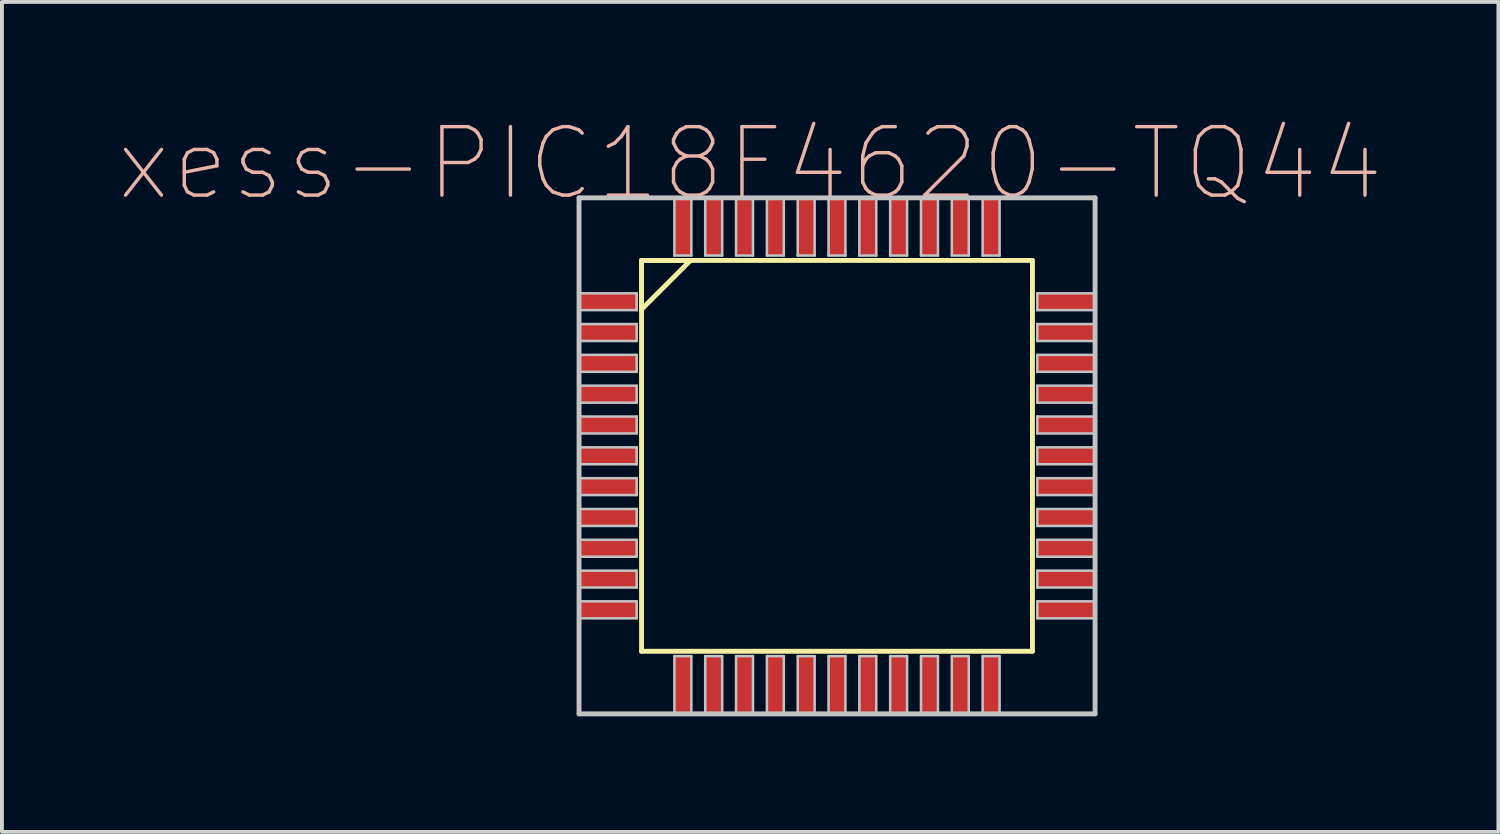
<source format=kicad_pcb>
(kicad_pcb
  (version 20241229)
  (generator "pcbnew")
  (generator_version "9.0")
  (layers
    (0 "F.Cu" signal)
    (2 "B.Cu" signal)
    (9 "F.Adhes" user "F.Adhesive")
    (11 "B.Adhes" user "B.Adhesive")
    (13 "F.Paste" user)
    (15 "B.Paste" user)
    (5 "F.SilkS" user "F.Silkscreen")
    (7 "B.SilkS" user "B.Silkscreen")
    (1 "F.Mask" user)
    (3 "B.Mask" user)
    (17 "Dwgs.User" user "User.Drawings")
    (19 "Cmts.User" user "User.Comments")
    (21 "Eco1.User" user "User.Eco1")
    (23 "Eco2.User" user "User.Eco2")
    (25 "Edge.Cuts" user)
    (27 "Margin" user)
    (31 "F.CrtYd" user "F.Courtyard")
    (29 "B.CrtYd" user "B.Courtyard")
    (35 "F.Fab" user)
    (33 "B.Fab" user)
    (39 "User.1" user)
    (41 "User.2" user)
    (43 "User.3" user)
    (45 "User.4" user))
  (footprint "xess-PIC18F4620-TQ44"
    (layer "F.Cu")
    (at 12.979 4.783)
    (property "Reference" "xess-PIC18F4620-TQ44" (at 3.444 -3.586 0) (layer "B.SilkS") (effects (font (size 1.778 1.778) (thickness 0.089))))
    (attr smd)
    (fp_line (start 0.625 -1.072) (end 0.625 0.196) (stroke (width 0.127) (type solid)) (layer "F.SilkS"))
    (fp_line (start 0.625 -1.072) (end 0.625 9.073) (stroke (width 0.127) (type solid)) (layer "F.SilkS"))
    (fp_line (start 0.625 0.196) (end 1.895 -1.072) (stroke (width 0.127) (type solid)) (layer "F.SilkS"))
    (fp_line (start 0.625 9.073) (end 10.772 9.073) (stroke (width 0.127) (type solid)) (layer "F.SilkS"))
    (fp_line (start 1.895 -1.072) (end 0.625 -1.072) (stroke (width 0.127) (type solid)) (layer "F.SilkS"))
    (fp_line (start 10.772 -1.072) (end 0.625 -1.072) (stroke (width 0.127) (type solid)) (layer "F.SilkS"))
    (fp_line (start 10.772 9.073) (end 10.772 -1.072) (stroke (width 0.127) (type solid)) (layer "F.SilkS"))
    (fp_line (start -0.998 -2.697) (end -0.998 10.698) (stroke (width 0.127) (type solid)) (layer "Dwgs.User"))
    (fp_line (start -0.998 -0.218) (end 0.498 -0.218) (stroke (width 0.066) (type solid)) (layer "Dwgs.User"))
    (fp_line (start -0.998 0.218) (end -0.998 -0.218) (stroke (width 0.066) (type solid)) (layer "Dwgs.User"))
    (fp_line (start -0.998 0.218) (end 0.498 0.218) (stroke (width 0.066) (type solid)) (layer "Dwgs.User"))
    (fp_line (start -0.998 0.579) (end 0.498 0.579) (stroke (width 0.066) (type solid)) (layer "Dwgs.User"))
    (fp_line (start -0.998 1.019) (end -0.998 0.579) (stroke (width 0.066) (type solid)) (layer "Dwgs.User"))
    (fp_line (start -0.998 1.019) (end 0.498 1.019) (stroke (width 0.066) (type solid)) (layer "Dwgs.User"))
    (fp_line (start -0.998 1.379) (end 0.498 1.379) (stroke (width 0.066) (type solid)) (layer "Dwgs.User"))
    (fp_line (start -0.998 1.819) (end -0.998 1.379) (stroke (width 0.066) (type solid)) (layer "Dwgs.User"))
    (fp_line (start -0.998 1.819) (end 0.498 1.819) (stroke (width 0.066) (type solid)) (layer "Dwgs.User"))
    (fp_line (start -0.998 2.179) (end 0.498 2.179) (stroke (width 0.066) (type solid)) (layer "Dwgs.User"))
    (fp_line (start -0.998 2.619) (end -0.998 2.179) (stroke (width 0.066) (type solid)) (layer "Dwgs.User"))
    (fp_line (start -0.998 2.619) (end 0.498 2.619) (stroke (width 0.066) (type solid)) (layer "Dwgs.User"))
    (fp_line (start -0.998 2.979) (end 0.498 2.979) (stroke (width 0.066) (type solid)) (layer "Dwgs.User"))
    (fp_line (start -0.998 3.419) (end -0.998 2.979) (stroke (width 0.066) (type solid)) (layer "Dwgs.User"))
    (fp_line (start -0.998 3.419) (end 0.498 3.419) (stroke (width 0.066) (type solid)) (layer "Dwgs.User"))
    (fp_line (start -0.998 3.78) (end 0.498 3.78) (stroke (width 0.066) (type solid)) (layer "Dwgs.User"))
    (fp_line (start -0.998 4.219) (end -0.998 3.78) (stroke (width 0.066) (type solid)) (layer "Dwgs.User"))
    (fp_line (start -0.998 4.219) (end 0.498 4.219) (stroke (width 0.066) (type solid)) (layer "Dwgs.User"))
    (fp_line (start -0.998 4.58) (end 0.498 4.58) (stroke (width 0.066) (type solid)) (layer "Dwgs.User"))
    (fp_line (start -0.998 5.019) (end -0.998 4.58) (stroke (width 0.066) (type solid)) (layer "Dwgs.User"))
    (fp_line (start -0.998 5.019) (end 0.498 5.019) (stroke (width 0.066) (type solid)) (layer "Dwgs.User"))
    (fp_line (start -0.998 5.38) (end 0.498 5.38) (stroke (width 0.066) (type solid)) (layer "Dwgs.User"))
    (fp_line (start -0.998 5.819) (end -0.998 5.38) (stroke (width 0.066) (type solid)) (layer "Dwgs.User"))
    (fp_line (start -0.998 5.819) (end 0.498 5.819) (stroke (width 0.066) (type solid)) (layer "Dwgs.User"))
    (fp_line (start -0.998 6.18) (end 0.498 6.18) (stroke (width 0.066) (type solid)) (layer "Dwgs.User"))
    (fp_line (start -0.998 6.619) (end -0.998 6.18) (stroke (width 0.066) (type solid)) (layer "Dwgs.User"))
    (fp_line (start -0.998 6.619) (end 0.498 6.619) (stroke (width 0.066) (type solid)) (layer "Dwgs.User"))
    (fp_line (start -0.998 6.98) (end 0.498 6.98) (stroke (width 0.066) (type solid)) (layer "Dwgs.User"))
    (fp_line (start -0.998 7.419) (end -0.998 6.98) (stroke (width 0.066) (type solid)) (layer "Dwgs.User"))
    (fp_line (start -0.998 7.419) (end 0.498 7.419) (stroke (width 0.066) (type solid)) (layer "Dwgs.User"))
    (fp_line (start -0.998 7.777) (end 0.498 7.777) (stroke (width 0.066) (type solid)) (layer "Dwgs.User"))
    (fp_line (start -0.998 8.219) (end -0.998 7.777) (stroke (width 0.066) (type solid)) (layer "Dwgs.User"))
    (fp_line (start -0.998 8.219) (end 0.498 8.219) (stroke (width 0.066) (type solid)) (layer "Dwgs.User"))
    (fp_line (start -0.998 10.698) (end 12.398 10.698) (stroke (width 0.127) (type solid)) (layer "Dwgs.User"))
    (fp_line (start 0.498 0.218) (end 0.498 -0.218) (stroke (width 0.066) (type solid)) (layer "Dwgs.User"))
    (fp_line (start 0.498 1.019) (end 0.498 0.579) (stroke (width 0.066) (type solid)) (layer "Dwgs.User"))
    (fp_line (start 0.498 1.819) (end 0.498 1.379) (stroke (width 0.066) (type solid)) (layer "Dwgs.User"))
    (fp_line (start 0.498 2.619) (end 0.498 2.179) (stroke (width 0.066) (type solid)) (layer "Dwgs.User"))
    (fp_line (start 0.498 3.419) (end 0.498 2.979) (stroke (width 0.066) (type solid)) (layer "Dwgs.User"))
    (fp_line (start 0.498 4.219) (end 0.498 3.78) (stroke (width 0.066) (type solid)) (layer "Dwgs.User"))
    (fp_line (start 0.498 5.019) (end 0.498 4.58) (stroke (width 0.066) (type solid)) (layer "Dwgs.User"))
    (fp_line (start 0.498 5.819) (end 0.498 5.38) (stroke (width 0.066) (type solid)) (layer "Dwgs.User"))
    (fp_line (start 0.498 6.619) (end 0.498 6.18) (stroke (width 0.066) (type solid)) (layer "Dwgs.User"))
    (fp_line (start 0.498 7.419) (end 0.498 6.98) (stroke (width 0.066) (type solid)) (layer "Dwgs.User"))
    (fp_line (start 0.498 8.219) (end 0.498 7.777) (stroke (width 0.066) (type solid)) (layer "Dwgs.User"))
    (fp_line (start 1.478 -2.697) (end 1.918 -2.697) (stroke (width 0.066) (type solid)) (layer "Dwgs.User"))
    (fp_line (start 1.478 -1.199) (end 1.478 -2.697) (stroke (width 0.066) (type solid)) (layer "Dwgs.User"))
    (fp_line (start 1.478 -1.199) (end 1.918 -1.199) (stroke (width 0.066) (type solid)) (layer "Dwgs.User"))
    (fp_line (start 1.478 9.2) (end 1.918 9.2) (stroke (width 0.066) (type solid)) (layer "Dwgs.User"))
    (fp_line (start 1.478 10.698) (end 1.478 9.2) (stroke (width 0.066) (type solid)) (layer "Dwgs.User"))
    (fp_line (start 1.478 10.698) (end 1.918 10.698) (stroke (width 0.066) (type solid)) (layer "Dwgs.User"))
    (fp_line (start 1.918 -1.199) (end 1.918 -2.697) (stroke (width 0.066) (type solid)) (layer "Dwgs.User"))
    (fp_line (start 1.918 10.698) (end 1.918 9.2) (stroke (width 0.066) (type solid)) (layer "Dwgs.User"))
    (fp_line (start 2.278 -2.697) (end 2.718 -2.697) (stroke (width 0.066) (type solid)) (layer "Dwgs.User"))
    (fp_line (start 2.278 -1.199) (end 2.278 -2.697) (stroke (width 0.066) (type solid)) (layer "Dwgs.User"))
    (fp_line (start 2.278 -1.199) (end 2.718 -1.199) (stroke (width 0.066) (type solid)) (layer "Dwgs.User"))
    (fp_line (start 2.278 9.2) (end 2.718 9.2) (stroke (width 0.066) (type solid)) (layer "Dwgs.User"))
    (fp_line (start 2.278 10.698) (end 2.278 9.2) (stroke (width 0.066) (type solid)) (layer "Dwgs.User"))
    (fp_line (start 2.278 10.698) (end 2.718 10.698) (stroke (width 0.066) (type solid)) (layer "Dwgs.User"))
    (fp_line (start 2.718 -1.199) (end 2.718 -2.697) (stroke (width 0.066) (type solid)) (layer "Dwgs.User"))
    (fp_line (start 2.718 10.698) (end 2.718 9.2) (stroke (width 0.066) (type solid)) (layer "Dwgs.User"))
    (fp_line (start 3.078 -2.697) (end 3.518 -2.697) (stroke (width 0.066) (type solid)) (layer "Dwgs.User"))
    (fp_line (start 3.078 -1.199) (end 3.078 -2.697) (stroke (width 0.066) (type solid)) (layer "Dwgs.User"))
    (fp_line (start 3.078 -1.199) (end 3.518 -1.199) (stroke (width 0.066) (type solid)) (layer "Dwgs.User"))
    (fp_line (start 3.078 9.2) (end 3.518 9.2) (stroke (width 0.066) (type solid)) (layer "Dwgs.User"))
    (fp_line (start 3.078 10.698) (end 3.078 9.2) (stroke (width 0.066) (type solid)) (layer "Dwgs.User"))
    (fp_line (start 3.078 10.698) (end 3.518 10.698) (stroke (width 0.066) (type solid)) (layer "Dwgs.User"))
    (fp_line (start 3.518 -1.199) (end 3.518 -2.697) (stroke (width 0.066) (type solid)) (layer "Dwgs.User"))
    (fp_line (start 3.518 10.698) (end 3.518 9.2) (stroke (width 0.066) (type solid)) (layer "Dwgs.User"))
    (fp_line (start 3.879 -2.697) (end 4.318 -2.697) (stroke (width 0.066) (type solid)) (layer "Dwgs.User"))
    (fp_line (start 3.879 -1.199) (end 3.879 -2.697) (stroke (width 0.066) (type solid)) (layer "Dwgs.User"))
    (fp_line (start 3.879 -1.199) (end 4.318 -1.199) (stroke (width 0.066) (type solid)) (layer "Dwgs.User"))
    (fp_line (start 3.879 9.2) (end 4.318 9.2) (stroke (width 0.066) (type solid)) (layer "Dwgs.User"))
    (fp_line (start 3.879 10.698) (end 3.879 9.2) (stroke (width 0.066) (type solid)) (layer "Dwgs.User"))
    (fp_line (start 3.879 10.698) (end 4.318 10.698) (stroke (width 0.066) (type solid)) (layer "Dwgs.User"))
    (fp_line (start 4.318 -1.199) (end 4.318 -2.697) (stroke (width 0.066) (type solid)) (layer "Dwgs.User"))
    (fp_line (start 4.318 10.698) (end 4.318 9.2) (stroke (width 0.066) (type solid)) (layer "Dwgs.User"))
    (fp_line (start 4.679 -2.697) (end 5.118 -2.697) (stroke (width 0.066) (type solid)) (layer "Dwgs.User"))
    (fp_line (start 4.679 -1.199) (end 4.679 -2.697) (stroke (width 0.066) (type solid)) (layer "Dwgs.User"))
    (fp_line (start 4.679 -1.199) (end 5.118 -1.199) (stroke (width 0.066) (type solid)) (layer "Dwgs.User"))
    (fp_line (start 4.679 9.2) (end 5.118 9.2) (stroke (width 0.066) (type solid)) (layer "Dwgs.User"))
    (fp_line (start 4.679 10.698) (end 4.679 9.2) (stroke (width 0.066) (type solid)) (layer "Dwgs.User"))
    (fp_line (start 4.679 10.698) (end 5.118 10.698) (stroke (width 0.066) (type solid)) (layer "Dwgs.User"))
    (fp_line (start 5.118 -1.199) (end 5.118 -2.697) (stroke (width 0.066) (type solid)) (layer "Dwgs.User"))
    (fp_line (start 5.118 10.698) (end 5.118 9.2) (stroke (width 0.066) (type solid)) (layer "Dwgs.User"))
    (fp_line (start 5.479 -2.697) (end 5.918 -2.697) (stroke (width 0.066) (type solid)) (layer "Dwgs.User"))
    (fp_line (start 5.479 -1.199) (end 5.479 -2.697) (stroke (width 0.066) (type solid)) (layer "Dwgs.User"))
    (fp_line (start 5.479 -1.199) (end 5.918 -1.199) (stroke (width 0.066) (type solid)) (layer "Dwgs.User"))
    (fp_line (start 5.479 9.2) (end 5.918 9.2) (stroke (width 0.066) (type solid)) (layer "Dwgs.User"))
    (fp_line (start 5.479 10.698) (end 5.479 9.2) (stroke (width 0.066) (type solid)) (layer "Dwgs.User"))
    (fp_line (start 5.479 10.698) (end 5.918 10.698) (stroke (width 0.066) (type solid)) (layer "Dwgs.User"))
    (fp_line (start 5.918 -1.199) (end 5.918 -2.697) (stroke (width 0.066) (type solid)) (layer "Dwgs.User"))
    (fp_line (start 5.918 10.698) (end 5.918 9.2) (stroke (width 0.066) (type solid)) (layer "Dwgs.User"))
    (fp_line (start 6.279 -2.697) (end 6.718 -2.697) (stroke (width 0.066) (type solid)) (layer "Dwgs.User"))
    (fp_line (start 6.279 -1.199) (end 6.279 -2.697) (stroke (width 0.066) (type solid)) (layer "Dwgs.User"))
    (fp_line (start 6.279 -1.199) (end 6.718 -1.199) (stroke (width 0.066) (type solid)) (layer "Dwgs.User"))
    (fp_line (start 6.279 9.2) (end 6.718 9.2) (stroke (width 0.066) (type solid)) (layer "Dwgs.User"))
    (fp_line (start 6.279 10.698) (end 6.279 9.2) (stroke (width 0.066) (type solid)) (layer "Dwgs.User"))
    (fp_line (start 6.279 10.698) (end 6.718 10.698) (stroke (width 0.066) (type solid)) (layer "Dwgs.User"))
    (fp_line (start 6.718 -1.199) (end 6.718 -2.697) (stroke (width 0.066) (type solid)) (layer "Dwgs.User"))
    (fp_line (start 6.718 10.698) (end 6.718 9.2) (stroke (width 0.066) (type solid)) (layer "Dwgs.User"))
    (fp_line (start 7.079 -2.697) (end 7.518 -2.697) (stroke (width 0.066) (type solid)) (layer "Dwgs.User"))
    (fp_line (start 7.079 -1.199) (end 7.079 -2.697) (stroke (width 0.066) (type solid)) (layer "Dwgs.User"))
    (fp_line (start 7.079 -1.199) (end 7.518 -1.199) (stroke (width 0.066) (type solid)) (layer "Dwgs.User"))
    (fp_line (start 7.079 9.2) (end 7.518 9.2) (stroke (width 0.066) (type solid)) (layer "Dwgs.User"))
    (fp_line (start 7.079 10.698) (end 7.079 9.2) (stroke (width 0.066) (type solid)) (layer "Dwgs.User"))
    (fp_line (start 7.079 10.698) (end 7.518 10.698) (stroke (width 0.066) (type solid)) (layer "Dwgs.User"))
    (fp_line (start 7.518 -1.199) (end 7.518 -2.697) (stroke (width 0.066) (type solid)) (layer "Dwgs.User"))
    (fp_line (start 7.518 10.698) (end 7.518 9.2) (stroke (width 0.066) (type solid)) (layer "Dwgs.User"))
    (fp_line (start 7.879 -2.697) (end 8.319 -2.697) (stroke (width 0.066) (type solid)) (layer "Dwgs.User"))
    (fp_line (start 7.879 -1.199) (end 7.879 -2.697) (stroke (width 0.066) (type solid)) (layer "Dwgs.User"))
    (fp_line (start 7.879 -1.199) (end 8.319 -1.199) (stroke (width 0.066) (type solid)) (layer "Dwgs.User"))
    (fp_line (start 7.879 9.2) (end 8.319 9.2) (stroke (width 0.066) (type solid)) (layer "Dwgs.User"))
    (fp_line (start 7.879 10.698) (end 7.879 9.2) (stroke (width 0.066) (type solid)) (layer "Dwgs.User"))
    (fp_line (start 7.879 10.698) (end 8.319 10.698) (stroke (width 0.066) (type solid)) (layer "Dwgs.User"))
    (fp_line (start 8.319 -1.199) (end 8.319 -2.697) (stroke (width 0.066) (type solid)) (layer "Dwgs.User"))
    (fp_line (start 8.319 10.698) (end 8.319 9.2) (stroke (width 0.066) (type solid)) (layer "Dwgs.User"))
    (fp_line (start 8.679 -2.697) (end 9.119 -2.697) (stroke (width 0.066) (type solid)) (layer "Dwgs.User"))
    (fp_line (start 8.679 -1.199) (end 8.679 -2.697) (stroke (width 0.066) (type solid)) (layer "Dwgs.User"))
    (fp_line (start 8.679 -1.199) (end 9.119 -1.199) (stroke (width 0.066) (type solid)) (layer "Dwgs.User"))
    (fp_line (start 8.679 9.2) (end 9.119 9.2) (stroke (width 0.066) (type solid)) (layer "Dwgs.User"))
    (fp_line (start 8.679 10.698) (end 8.679 9.2) (stroke (width 0.066) (type solid)) (layer "Dwgs.User"))
    (fp_line (start 8.679 10.698) (end 9.119 10.698) (stroke (width 0.066) (type solid)) (layer "Dwgs.User"))
    (fp_line (start 9.119 -1.199) (end 9.119 -2.697) (stroke (width 0.066) (type solid)) (layer "Dwgs.User"))
    (fp_line (start 9.119 10.698) (end 9.119 9.2) (stroke (width 0.066) (type solid)) (layer "Dwgs.User"))
    (fp_line (start 9.479 -2.697) (end 9.919 -2.697) (stroke (width 0.066) (type solid)) (layer "Dwgs.User"))
    (fp_line (start 9.479 -1.199) (end 9.479 -2.697) (stroke (width 0.066) (type solid)) (layer "Dwgs.User"))
    (fp_line (start 9.479 -1.199) (end 9.919 -1.199) (stroke (width 0.066) (type solid)) (layer "Dwgs.User"))
    (fp_line (start 9.479 9.2) (end 9.919 9.2) (stroke (width 0.066) (type solid)) (layer "Dwgs.User"))
    (fp_line (start 9.479 10.698) (end 9.479 9.2) (stroke (width 0.066) (type solid)) (layer "Dwgs.User"))
    (fp_line (start 9.479 10.698) (end 9.919 10.698) (stroke (width 0.066) (type solid)) (layer "Dwgs.User"))
    (fp_line (start 9.919 -1.199) (end 9.919 -2.697) (stroke (width 0.066) (type solid)) (layer "Dwgs.User"))
    (fp_line (start 9.919 10.698) (end 9.919 9.2) (stroke (width 0.066) (type solid)) (layer "Dwgs.User"))
    (fp_line (start 10.899 -0.218) (end 12.398 -0.218) (stroke (width 0.066) (type solid)) (layer "Dwgs.User"))
    (fp_line (start 10.899 0.218) (end 10.899 -0.218) (stroke (width 0.066) (type solid)) (layer "Dwgs.User"))
    (fp_line (start 10.899 0.218) (end 12.398 0.218) (stroke (width 0.066) (type solid)) (layer "Dwgs.User"))
    (fp_line (start 10.899 0.579) (end 12.398 0.579) (stroke (width 0.066) (type solid)) (layer "Dwgs.User"))
    (fp_line (start 10.899 1.019) (end 10.899 0.579) (stroke (width 0.066) (type solid)) (layer "Dwgs.User"))
    (fp_line (start 10.899 1.019) (end 12.398 1.019) (stroke (width 0.066) (type solid)) (layer "Dwgs.User"))
    (fp_line (start 10.899 1.379) (end 12.398 1.379) (stroke (width 0.066) (type solid)) (layer "Dwgs.User"))
    (fp_line (start 10.899 1.819) (end 10.899 1.379) (stroke (width 0.066) (type solid)) (layer "Dwgs.User"))
    (fp_line (start 10.899 1.819) (end 12.398 1.819) (stroke (width 0.066) (type solid)) (layer "Dwgs.User"))
    (fp_line (start 10.899 2.179) (end 12.398 2.179) (stroke (width 0.066) (type solid)) (layer "Dwgs.User"))
    (fp_line (start 10.899 2.619) (end 10.899 2.179) (stroke (width 0.066) (type solid)) (layer "Dwgs.User"))
    (fp_line (start 10.899 2.619) (end 12.398 2.619) (stroke (width 0.066) (type solid)) (layer "Dwgs.User"))
    (fp_line (start 10.899 2.979) (end 12.398 2.979) (stroke (width 0.066) (type solid)) (layer "Dwgs.User"))
    (fp_line (start 10.899 3.419) (end 10.899 2.979) (stroke (width 0.066) (type solid)) (layer "Dwgs.User"))
    (fp_line (start 10.899 3.419) (end 12.398 3.419) (stroke (width 0.066) (type solid)) (layer "Dwgs.User"))
    (fp_line (start 10.899 3.78) (end 12.398 3.78) (stroke (width 0.066) (type solid)) (layer "Dwgs.User"))
    (fp_line (start 10.899 4.219) (end 10.899 3.78) (stroke (width 0.066) (type solid)) (layer "Dwgs.User"))
    (fp_line (start 10.899 4.219) (end 12.398 4.219) (stroke (width 0.066) (type solid)) (layer "Dwgs.User"))
    (fp_line (start 10.899 4.58) (end 12.398 4.58) (stroke (width 0.066) (type solid)) (layer "Dwgs.User"))
    (fp_line (start 10.899 5.019) (end 10.899 4.58) (stroke (width 0.066) (type solid)) (layer "Dwgs.User"))
    (fp_line (start 10.899 5.019) (end 12.398 5.019) (stroke (width 0.066) (type solid)) (layer "Dwgs.User"))
    (fp_line (start 10.899 5.38) (end 12.398 5.38) (stroke (width 0.066) (type solid)) (layer "Dwgs.User"))
    (fp_line (start 10.899 5.819) (end 10.899 5.38) (stroke (width 0.066) (type solid)) (layer "Dwgs.User"))
    (fp_line (start 10.899 5.819) (end 12.398 5.819) (stroke (width 0.066) (type solid)) (layer "Dwgs.User"))
    (fp_line (start 10.899 6.18) (end 12.398 6.18) (stroke (width 0.066) (type solid)) (layer "Dwgs.User"))
    (fp_line (start 10.899 6.619) (end 10.899 6.18) (stroke (width 0.066) (type solid)) (layer "Dwgs.User"))
    (fp_line (start 10.899 6.619) (end 12.398 6.619) (stroke (width 0.066) (type solid)) (layer "Dwgs.User"))
    (fp_line (start 10.899 6.98) (end 12.398 6.98) (stroke (width 0.066) (type solid)) (layer "Dwgs.User"))
    (fp_line (start 10.899 7.419) (end 10.899 6.98) (stroke (width 0.066) (type solid)) (layer "Dwgs.User"))
    (fp_line (start 10.899 7.419) (end 12.398 7.419) (stroke (width 0.066) (type solid)) (layer "Dwgs.User"))
    (fp_line (start 10.899 7.777) (end 12.398 7.777) (stroke (width 0.066) (type solid)) (layer "Dwgs.User"))
    (fp_line (start 10.899 8.219) (end 10.899 7.777) (stroke (width 0.066) (type solid)) (layer "Dwgs.User"))
    (fp_line (start 10.899 8.219) (end 12.398 8.219) (stroke (width 0.066) (type solid)) (layer "Dwgs.User"))
    (fp_line (start 12.398 -2.697) (end -0.998 -2.697) (stroke (width 0.127) (type solid)) (layer "Dwgs.User"))
    (fp_line (start 12.398 0.218) (end 12.398 -0.218) (stroke (width 0.066) (type solid)) (layer "Dwgs.User"))
    (fp_line (start 12.398 1.019) (end 12.398 0.579) (stroke (width 0.066) (type solid)) (layer "Dwgs.User"))
    (fp_line (start 12.398 1.819) (end 12.398 1.379) (stroke (width 0.066) (type solid)) (layer "Dwgs.User"))
    (fp_line (start 12.398 2.619) (end 12.398 2.179) (stroke (width 0.066) (type solid)) (layer "Dwgs.User"))
    (fp_line (start 12.398 3.419) (end 12.398 2.979) (stroke (width 0.066) (type solid)) (layer "Dwgs.User"))
    (fp_line (start 12.398 4.219) (end 12.398 3.78) (stroke (width 0.066) (type solid)) (layer "Dwgs.User"))
    (fp_line (start 12.398 5.019) (end 12.398 4.58) (stroke (width 0.066) (type solid)) (layer "Dwgs.User"))
    (fp_line (start 12.398 5.819) (end 12.398 5.38) (stroke (width 0.066) (type solid)) (layer "Dwgs.User"))
    (fp_line (start 12.398 6.619) (end 12.398 6.18) (stroke (width 0.066) (type solid)) (layer "Dwgs.User"))
    (fp_line (start 12.398 7.419) (end 12.398 6.98) (stroke (width 0.066) (type solid)) (layer "Dwgs.User"))
    (fp_line (start 12.398 8.219) (end 12.398 7.777) (stroke (width 0.066) (type solid)) (layer "Dwgs.User"))
    (fp_line (start 12.398 10.698) (end 12.398 -2.697) (stroke (width 0.127) (type solid)) (layer "Dwgs.User"))
    (pad "1" smd rect (at -0.249 0) (size 1.499 0.439) (layers "F.Cu" "F.Mask" "F.Paste"))
    (pad "2" smd rect (at -0.249 0.798) (size 1.499 0.439) (layers "F.Cu" "F.Mask" "F.Paste"))
    (pad "3" smd rect (at -0.249 1.598) (size 1.499 0.439) (layers "F.Cu" "F.Mask" "F.Paste"))
    (pad "4" smd rect (at -0.249 2.398) (size 1.499 0.439) (layers "F.Cu" "F.Mask" "F.Paste"))
    (pad "5" smd rect (at -0.249 3.198) (size 1.499 0.439) (layers "F.Cu" "F.Mask" "F.Paste"))
    (pad "6" smd rect (at -0.249 3.998) (size 1.499 0.439) (layers "F.Cu" "F.Mask" "F.Paste"))
    (pad "7" smd rect (at -0.249 4.798) (size 1.499 0.439) (layers "F.Cu" "F.Mask" "F.Paste"))
    (pad "8" smd rect (at -0.249 5.598) (size 1.499 0.439) (layers "F.Cu" "F.Mask" "F.Paste"))
    (pad "9" smd rect (at -0.249 6.398) (size 1.499 0.439) (layers "F.Cu" "F.Mask" "F.Paste"))
    (pad "10" smd rect (at -0.249 7.198) (size 1.499 0.439) (layers "F.Cu" "F.Mask" "F.Paste"))
    (pad "11" smd rect (at -0.249 7.998) (size 1.499 0.439) (layers "F.Cu" "F.Mask" "F.Paste"))
    (pad "12" smd rect (at 1.699 9.949) (size 0.439 1.499) (layers "F.Cu" "F.Mask" "F.Paste"))
    (pad "13" smd rect (at 2.499 9.949) (size 0.439 1.499) (layers "F.Cu" "F.Mask" "F.Paste"))
    (pad "14" smd rect (at 3.299 9.949) (size 0.439 1.499) (layers "F.Cu" "F.Mask" "F.Paste"))
    (pad "15" smd rect (at 4.1 9.949) (size 0.439 1.499) (layers "F.Cu" "F.Mask" "F.Paste"))
    (pad "16" smd rect (at 4.9 9.949) (size 0.439 1.499) (layers "F.Cu" "F.Mask" "F.Paste"))
    (pad "17" smd rect (at 5.7 9.949) (size 0.439 1.499) (layers "F.Cu" "F.Mask" "F.Paste"))
    (pad "18" smd rect (at 6.5 9.949) (size 0.439 1.499) (layers "F.Cu" "F.Mask" "F.Paste"))
    (pad "19" smd rect (at 7.3 9.949) (size 0.439 1.499) (layers "F.Cu" "F.Mask" "F.Paste"))
    (pad "20" smd rect (at 8.098 9.949) (size 0.439 1.499) (layers "F.Cu" "F.Mask" "F.Paste"))
    (pad "21" smd rect (at 8.898 9.949) (size 0.439 1.499) (layers "F.Cu" "F.Mask" "F.Paste"))
    (pad "22" smd rect (at 9.698 9.949) (size 0.439 1.499) (layers "F.Cu" "F.Mask" "F.Paste"))
    (pad "23" smd rect (at 11.648 7.998) (size 1.499 0.439) (layers "F.Cu" "F.Mask" "F.Paste"))
    (pad "24" smd rect (at 11.648 7.198) (size 1.499 0.439) (layers "F.Cu" "F.Mask" "F.Paste"))
    (pad "25" smd rect (at 11.648 6.398) (size 1.499 0.439) (layers "F.Cu" "F.Mask" "F.Paste"))
    (pad "26" smd rect (at 11.648 5.598) (size 1.499 0.439) (layers "F.Cu" "F.Mask" "F.Paste"))
    (pad "27" smd rect (at 11.648 4.798) (size 1.499 0.439) (layers "F.Cu" "F.Mask" "F.Paste"))
    (pad "28" smd rect (at 11.648 3.998) (size 1.499 0.439) (layers "F.Cu" "F.Mask" "F.Paste"))
    (pad "29" smd rect (at 11.648 3.198) (size 1.499 0.439) (layers "F.Cu" "F.Mask" "F.Paste"))
    (pad "30" smd rect (at 11.648 2.398) (size 1.499 0.439) (layers "F.Cu" "F.Mask" "F.Paste"))
    (pad "31" smd rect (at 11.648 1.598) (size 1.499 0.439) (layers "F.Cu" "F.Mask" "F.Paste"))
    (pad "32" smd rect (at 11.648 0.798) (size 1.499 0.439) (layers "F.Cu" "F.Mask" "F.Paste"))
    (pad "33" smd rect (at 11.648 0) (size 1.499 0.439) (layers "F.Cu" "F.Mask" "F.Paste"))
    (pad "34" smd rect (at 9.698 -1.948) (size 0.439 1.499) (layers "F.Cu" "F.Mask" "F.Paste"))
    (pad "35" smd rect (at 8.898 -1.948) (size 0.439 1.499) (layers "F.Cu" "F.Mask" "F.Paste"))
    (pad "36" smd rect (at 8.098 -1.948) (size 0.439 1.499) (layers "F.Cu" "F.Mask" "F.Paste"))
    (pad "37" smd rect (at 7.3 -1.948) (size 0.439 1.499) (layers "F.Cu" "F.Mask" "F.Paste"))
    (pad "38" smd rect (at 6.5 -1.948) (size 0.439 1.499) (layers "F.Cu" "F.Mask" "F.Paste"))
    (pad "39" smd rect (at 5.7 -1.948) (size 0.439 1.499) (layers "F.Cu" "F.Mask" "F.Paste"))
    (pad "40" smd rect (at 4.9 -1.948) (size 0.439 1.499) (layers "F.Cu" "F.Mask" "F.Paste"))
    (pad "41" smd rect (at 4.1 -1.948) (size 0.439 1.499) (layers "F.Cu" "F.Mask" "F.Paste"))
    (pad "42" smd rect (at 3.299 -1.948) (size 0.439 1.499) (layers "F.Cu" "F.Mask" "F.Paste"))
    (pad "43" smd rect (at 2.499 -1.948) (size 0.439 1.499) (layers "F.Cu" "F.Mask" "F.Paste"))
    (pad "44" smd rect (at 1.699 -1.948) (size 0.439 1.499) (layers "F.Cu" "F.Mask" "F.Paste")))
  (gr_rect
    (start -3 -3)
    (end 35.846 18.545)
    (stroke (width 0.1) (type default))
    (fill no)
    (layer "Edge.Cuts")))
</source>
